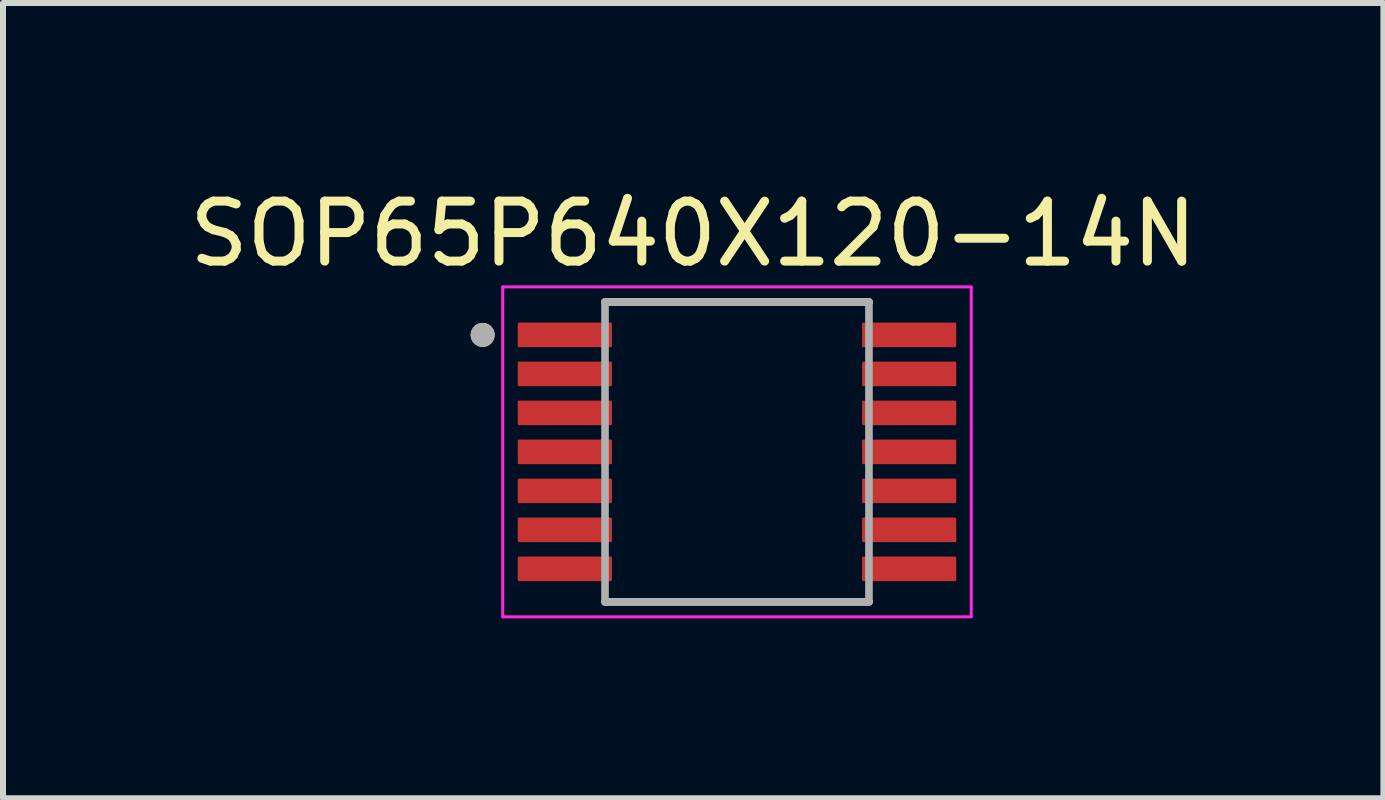
<source format=kicad_pcb>
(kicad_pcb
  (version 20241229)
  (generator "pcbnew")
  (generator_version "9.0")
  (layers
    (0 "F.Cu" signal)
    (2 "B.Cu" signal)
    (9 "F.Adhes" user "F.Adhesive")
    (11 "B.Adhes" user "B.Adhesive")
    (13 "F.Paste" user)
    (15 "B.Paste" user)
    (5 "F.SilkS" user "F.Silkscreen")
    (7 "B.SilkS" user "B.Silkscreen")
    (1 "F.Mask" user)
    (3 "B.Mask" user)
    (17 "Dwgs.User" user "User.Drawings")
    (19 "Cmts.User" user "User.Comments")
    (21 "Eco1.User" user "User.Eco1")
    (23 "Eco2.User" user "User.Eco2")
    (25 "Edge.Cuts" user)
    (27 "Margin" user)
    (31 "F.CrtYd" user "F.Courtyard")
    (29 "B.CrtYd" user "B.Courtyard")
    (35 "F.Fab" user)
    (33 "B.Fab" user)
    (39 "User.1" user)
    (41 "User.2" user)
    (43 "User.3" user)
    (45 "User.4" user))
  (footprint "SOP65P640X120-14N"
    (layer "F.Cu")
    (at 9.236 4.483)
    (property "Reference" "SOP65P640X120-14N" (at -0.73 -3.635 0) (layer "F.SilkS") (effects (font (size 1 1) (thickness 0.15))))
    (attr through_hole)
    (fp_line (start -2.2 -2.5) (end 2.2 -2.5) (stroke (width 0.127) (type solid)) (layer "F.SilkS"))
    (fp_line (start -2.2 2.5) (end 2.2 2.5) (stroke (width 0.127) (type solid)) (layer "F.SilkS"))
    (fp_circle (center -4.24 -1.95) (end -4.14 -1.95) (stroke (width 0.2) (type solid)) (fill no) (layer "F.SilkS"))
    (fp_line (start -3.905 -2.75) (end -3.905 2.75) (stroke (width 0.05) (type solid)) (layer "F.CrtYd"))
    (fp_line (start -3.905 -2.75) (end 3.905 -2.75) (stroke (width 0.05) (type solid)) (layer "F.CrtYd"))
    (fp_line (start -3.905 2.75) (end 3.905 2.75) (stroke (width 0.05) (type solid)) (layer "F.CrtYd"))
    (fp_line (start 3.905 -2.75) (end 3.905 2.75) (stroke (width 0.05) (type solid)) (layer "F.CrtYd"))
    (fp_line (start -2.2 -2.5) (end -2.2 2.5) (stroke (width 0.127) (type solid)) (layer "F.Fab"))
    (fp_line (start -2.2 -2.5) (end 2.2 -2.5) (stroke (width 0.127) (type solid)) (layer "F.Fab"))
    (fp_line (start -2.2 2.5) (end 2.2 2.5) (stroke (width 0.127) (type solid)) (layer "F.Fab"))
    (fp_line (start 2.2 -2.5) (end 2.2 2.5) (stroke (width 0.127) (type solid)) (layer "F.Fab"))
    (fp_circle (center -4.24 -1.95) (end -4.14 -1.95) (stroke (width 0.2) (type solid)) (fill no) (layer "F.Fab"))
    (pad "1" smd roundrect (at -2.87 -1.95) (size 1.57 0.41) (layers "F.Cu" "F.Mask" "F.Paste") (roundrect_rratio 0.05))
    (pad "2" smd roundrect (at -2.87 -1.3) (size 1.57 0.41) (layers "F.Cu" "F.Mask" "F.Paste") (roundrect_rratio 0.05))
    (pad "3" smd roundrect (at -2.87 -0.65) (size 1.57 0.41) (layers "F.Cu" "F.Mask" "F.Paste") (roundrect_rratio 0.05))
    (pad "4" smd roundrect (at -2.87 0) (size 1.57 0.41) (layers "F.Cu" "F.Mask" "F.Paste") (roundrect_rratio 0.05))
    (pad "5" smd roundrect (at -2.87 0.65) (size 1.57 0.41) (layers "F.Cu" "F.Mask" "F.Paste") (roundrect_rratio 0.05))
    (pad "6" smd roundrect (at -2.87 1.3) (size 1.57 0.41) (layers "F.Cu" "F.Mask" "F.Paste") (roundrect_rratio 0.05))
    (pad "7" smd roundrect (at -2.87 1.95) (size 1.57 0.41) (layers "F.Cu" "F.Mask" "F.Paste") (roundrect_rratio 0.05))
    (pad "8" smd roundrect (at 2.87 1.95) (size 1.57 0.41) (layers "F.Cu" "F.Mask" "F.Paste") (roundrect_rratio 0.05))
    (pad "9" smd roundrect (at 2.87 1.3) (size 1.57 0.41) (layers "F.Cu" "F.Mask" "F.Paste") (roundrect_rratio 0.05))
    (pad "10" smd roundrect (at 2.87 0.65) (size 1.57 0.41) (layers "F.Cu" "F.Mask" "F.Paste") (roundrect_rratio 0.05))
    (pad "11" smd roundrect (at 2.87 0) (size 1.57 0.41) (layers "F.Cu" "F.Mask" "F.Paste") (roundrect_rratio 0.05))
    (pad "12" smd roundrect (at 2.87 -0.65) (size 1.57 0.41) (layers "F.Cu" "F.Mask" "F.Paste") (roundrect_rratio 0.05))
    (pad "13" smd roundrect (at 2.87 -1.3) (size 1.57 0.41) (layers "F.Cu" "F.Mask" "F.Paste") (roundrect_rratio 0.05))
    (pad "14" smd roundrect (at 2.87 -1.95) (size 1.57 0.41) (layers "F.Cu" "F.Mask" "F.Paste") (roundrect_rratio 0.05)))
  (gr_rect
    (start -3 -3)
    (end 20.012 10.258)
    (stroke (width 0.1) (type default))
    (fill no)
    (layer "Edge.Cuts")))
</source>
